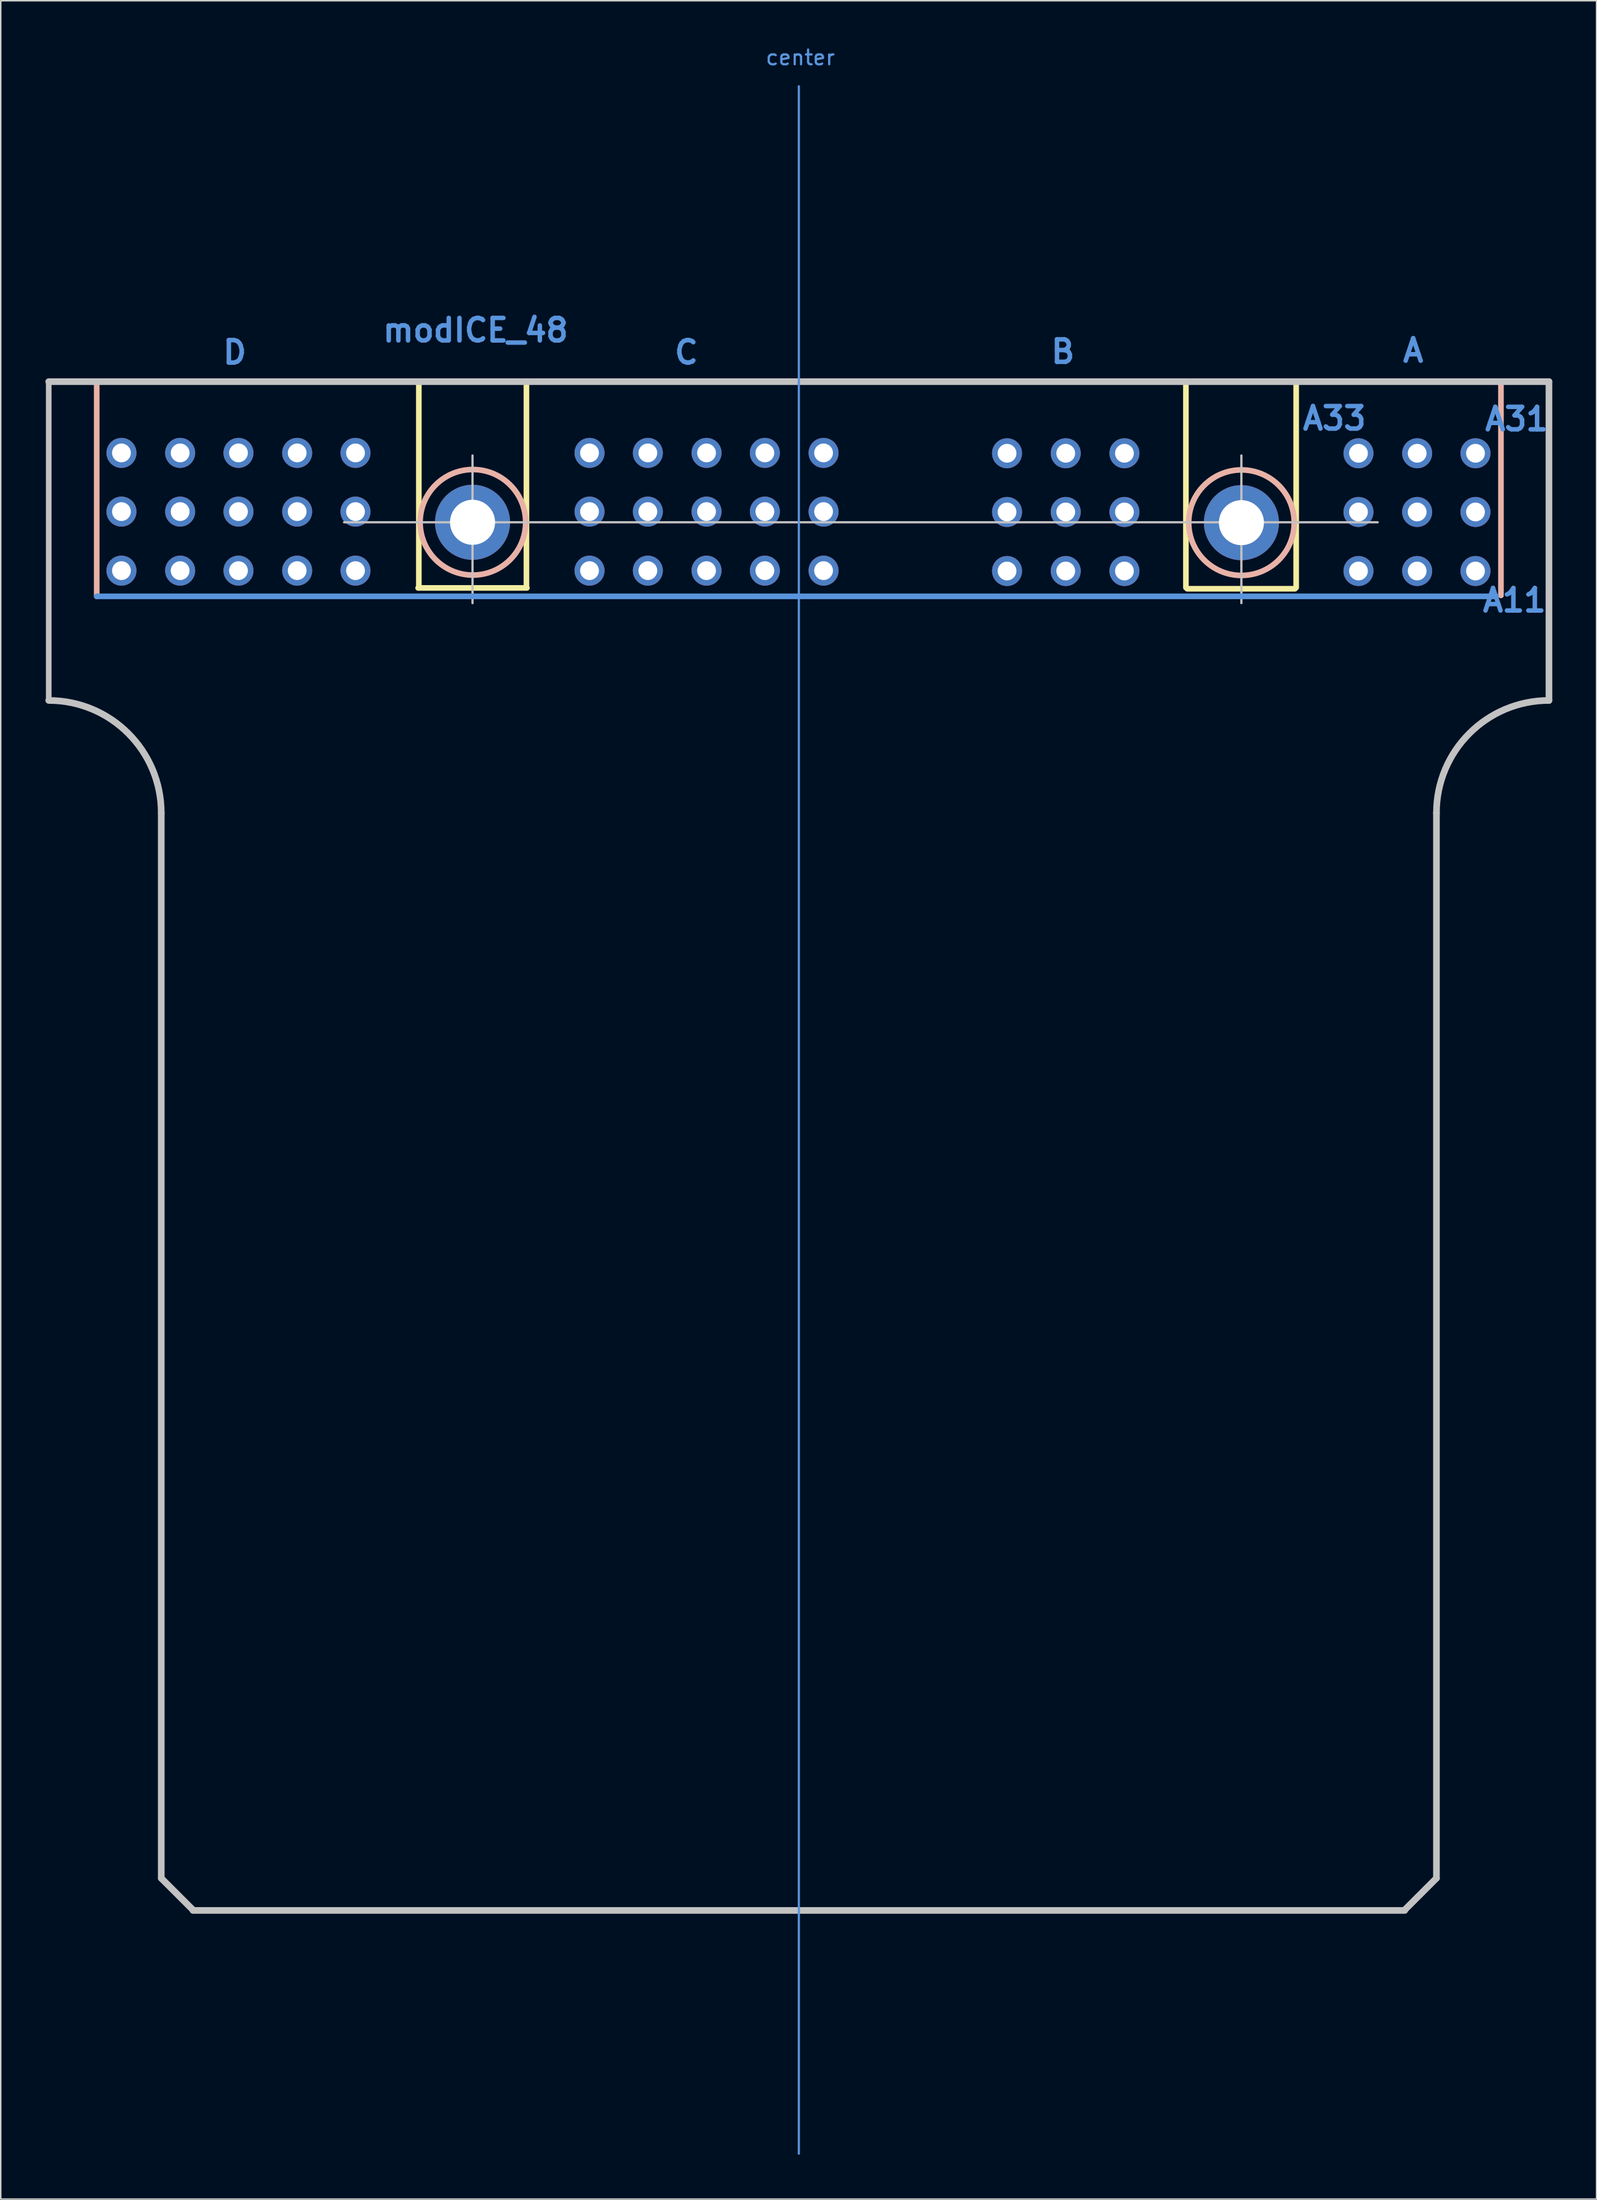
<source format=kicad_pcb>
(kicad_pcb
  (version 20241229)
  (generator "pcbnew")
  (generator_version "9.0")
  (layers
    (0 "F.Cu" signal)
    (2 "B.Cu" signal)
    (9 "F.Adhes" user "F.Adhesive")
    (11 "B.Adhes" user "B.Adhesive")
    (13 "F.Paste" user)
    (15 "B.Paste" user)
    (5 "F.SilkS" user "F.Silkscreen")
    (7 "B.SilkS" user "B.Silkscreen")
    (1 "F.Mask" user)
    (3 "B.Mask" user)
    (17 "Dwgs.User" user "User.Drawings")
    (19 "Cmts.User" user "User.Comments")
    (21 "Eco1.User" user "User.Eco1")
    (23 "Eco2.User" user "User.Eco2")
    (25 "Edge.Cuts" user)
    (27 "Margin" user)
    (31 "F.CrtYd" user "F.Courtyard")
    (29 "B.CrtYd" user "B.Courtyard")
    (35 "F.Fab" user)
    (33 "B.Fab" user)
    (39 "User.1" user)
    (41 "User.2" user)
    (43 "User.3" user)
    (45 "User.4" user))
  (footprint "modICE_48"
    (layer "F.Cu")
    (at 0.25 22.794)
    (property "Reference" "modICE_48" (at 28.905 -3.48 0) (layer "Cmts.User") (effects (font (size 1.524 1.524) (thickness 0.305))))
    (attr through_hole)
    (fp_line (start 25.016 13.97) (end 32.382 13.97) (stroke (width 0.381) (type solid)) (layer "F.SilkS"))
    (fp_line (start 25.065 0) (end 25.065 13.97) (stroke (width 0.381) (type solid)) (layer "F.SilkS"))
    (fp_line (start 32.352 13.96) (end 32.352 -0.01) (stroke (width 0.381) (type solid)) (layer "F.SilkS"))
    (fp_line (start 77.013 13.95) (end 77.013 0) (stroke (width 0.381) (type solid)) (layer "F.SilkS"))
    (fp_line (start 77.099 14.026) (end 84.399 14.026) (stroke (width 0.381) (type solid)) (layer "F.SilkS"))
    (fp_line (start 84.48 13.945) (end 84.48 0.02) (stroke (width 0.381) (type solid)) (layer "F.SilkS"))
    (fp_line (start 3.249 0) (end 3.249 14.54) (stroke (width 0.381) (type solid)) (layer "B.SilkS"))
    (fp_line (start 98.349 0.079) (end 98.349 14.478) (stroke (width 0.381) (type solid)) (layer "B.SilkS"))
    (fp_circle (center 28.725 9.525) (end 32.299 9.5) (stroke (width 0.381) (type solid)) (fill no) (layer "B.SilkS"))
    (fp_circle (center 80.775 9.55) (end 84.348 9.55) (stroke (width 0.381) (type solid)) (fill no) (layer "B.SilkS"))
    (fp_line (start 0 0) (end 0 21.59) (stroke (width 0.381) (type solid)) (layer "Dwgs.User"))
    (fp_line (start 0 0) (end 101.6 0) (stroke (width 0.45) (type solid)) (layer "Dwgs.User"))
    (fp_line (start 7.62 29.21) (end 7.62 101.346) (stroke (width 0.45) (type solid)) (layer "Dwgs.User"))
    (fp_line (start 7.62 101.346) (end 9.77 103.496) (stroke (width 0.45) (type solid)) (layer "Dwgs.User"))
    (fp_line (start 9.77 103.53) (end 91.83 103.53) (stroke (width 0.45) (type solid)) (layer "Dwgs.User"))
    (fp_line (start 20 9.525) (end 90 9.525) (stroke (width 0.15) (type solid)) (layer "Dwgs.User"))
    (fp_line (start 28.7 5) (end 28.7 15) (stroke (width 0.15) (type solid)) (layer "Dwgs.User"))
    (fp_line (start 80.77 5) (end 80.77 15) (stroke (width 0.15) (type solid)) (layer "Dwgs.User"))
    (fp_line (start 91.83 103.496) (end 93.98 101.346) (stroke (width 0.45) (type solid)) (layer "Dwgs.User"))
    (fp_line (start 93.98 29.21) (end 93.98 101.346) (stroke (width 0.45) (type solid)) (layer "Dwgs.User"))
    (fp_line (start 101.6 0) (end 101.6 21.59) (stroke (width 0.45) (type solid)) (layer "Dwgs.User"))
    (fp_arc (start 0 21.59) (mid 5.388154 23.821846) (end 7.62 29.21) (stroke (width 0.45) (type solid)) (layer "Dwgs.User"))
    (fp_arc (start 93.98 29.21) (mid 96.211846 23.821846) (end 101.6 21.59) (stroke (width 0.45) (type solid)) (layer "Dwgs.User"))
    (fp_line (start 3.251 14.54) (end 98.026 14.54) (stroke (width 0.381) (type solid)) (layer "Cmts.User"))
    (fp_line (start 50.8 -20) (end 50.8 120) (stroke (width 0.15) (type solid)) (layer "Cmts.User"))
    (fp_line (start 0 0) (end 0 16.51) (stroke (width 0.45) (type solid)) (layer "Margin"))
    (fp_line (start 0 0) (end 101.6 0) (stroke (width 0.45) (type solid)) (layer "Margin"))
    (fp_line (start 0 16.51) (end 12.07 16.51) (stroke (width 0.45) (type solid)) (layer "Margin"))
    (fp_line (start 12.07 16.51) (end 12.07 103.53) (stroke (width 0.45) (type solid)) (layer "Margin"))
    (fp_line (start 12.07 103.53) (end 89.53 103.53) (stroke (width 0.45) (type solid)) (layer "Margin"))
    (fp_line (start 89.53 16.51) (end 89.53 103.53) (stroke (width 0.45) (type solid)) (layer "Margin"))
    (fp_line (start 89.53 16.51) (end 101.6 16.51) (stroke (width 0.45) (type solid)) (layer "Margin"))
    (fp_line (start 101.6 0) (end 101.6 16.51) (stroke (width 0.45) (type solid)) (layer "Margin"))
    (fp_text user "C" (at 43.18 -1.981 0) (layer "Cmts.User") (effects (font (size 1.524 1.524) (thickness 0.305))))
    (fp_text user "A" (at 92.405 -2.108 0) (layer "Cmts.User") (effects (font (size 1.524 1.524) (thickness 0.305))))
    (fp_text user "A31" (at 99.416 2.54 0) (layer "Cmts.User") (effects (font (size 1.524 1.524) (thickness 0.305))))
    (fp_text user "A11" (at 99.263 14.808 0) (layer "Cmts.User") (effects (font (size 1.524 1.524) (thickness 0.305))))
    (fp_text user "center" (at 50.902 -21.946 0) (layer "Cmts.User") (effects (font (size 1 1) (thickness 0.15))))
    (fp_text user "B" (at 68.682 -2.032 0) (layer "Cmts.User") (effects (font (size 1.524 1.524) (thickness 0.305))))
    (fp_text user "D" (at 12.598 -1.981 0) (layer "Cmts.User") (effects (font (size 1.524 1.524) (thickness 0.305))))
    (fp_text user "A33" (at 87.071 2.489 0) (layer "Cmts.User") (effects (font (size 1.524 1.524) (thickness 0.305))))
    (pad "1" thru_hole circle (at 96.624 12.824) (size 2.032 2.032) (drill 1.27) (layers "*.Cu" "*.Mask"))
    (pad "2" thru_hole circle (at 92.674 12.824) (size 2.032 2.032) (drill 1.27) (layers "*.Cu" "*.Mask"))
    (pad "3" thru_hole circle (at 88.699 12.824) (size 2.032 2.032) (drill 1.27) (layers "*.Cu" "*.Mask"))
    (pad "4" thru_hole circle (at 72.85 12.824) (size 2.032 2.032) (drill 1.27) (layers "*.Cu" "*.Mask"))
    (pad "5" thru_hole circle (at 68.875 12.824) (size 2.032 2.032) (drill 1.27) (layers "*.Cu" "*.Mask"))
    (pad "6" thru_hole circle (at 64.9 12.824) (size 2.032 2.032) (drill 1.27) (layers "*.Cu" "*.Mask"))
    (pad "7" thru_hole circle (at 96.624 8.826) (size 2.032 2.032) (drill 1.27) (layers "*.Cu" "*.Mask"))
    (pad "8" thru_hole circle (at 92.674 8.826) (size 2.032 2.032) (drill 1.27) (layers "*.Cu" "*.Mask"))
    (pad "9" thru_hole circle (at 88.699 8.826) (size 2.032 2.032) (drill 1.27) (layers "*.Cu" "*.Mask"))
    (pad "10" thru_hole circle (at 72.85 8.826) (size 2.032 2.032) (drill 1.27) (layers "*.Cu" "*.Mask"))
    (pad "11" thru_hole circle (at 68.875 8.826) (size 2.032 2.032) (drill 1.27) (layers "*.Cu" "*.Mask"))
    (pad "12" thru_hole circle (at 64.9 8.826) (size 2.032 2.032) (drill 1.27) (layers "*.Cu" "*.Mask"))
    (pad "13" thru_hole circle (at 96.624 4.851) (size 2.032 2.032) (drill 1.27) (layers "*.Cu" "*.Mask"))
    (pad "14" thru_hole circle (at 92.674 4.851) (size 2.032 2.032) (drill 1.27) (layers "*.Cu" "*.Mask"))
    (pad "15" thru_hole circle (at 88.699 4.851) (size 2.032 2.032) (drill 1.27) (layers "*.Cu" "*.Mask"))
    (pad "16" thru_hole circle (at 72.85 4.851) (size 2.032 2.032) (drill 1.27) (layers "*.Cu" "*.Mask"))
    (pad "17" thru_hole circle (at 68.875 4.851) (size 2.032 2.032) (drill 1.27) (layers "*.Cu" "*.Mask"))
    (pad "18" thru_hole circle (at 64.9 4.851) (size 2.032 2.032) (drill 1.27) (layers "*.Cu" "*.Mask"))
    (pad "19" thru_hole circle (at 52.474 12.799) (size 2.032 2.032) (drill 1.27) (layers "*.Cu" "*.Mask"))
    (pad "20" thru_hole circle (at 48.499 12.799) (size 2.032 2.032) (drill 1.27) (layers "*.Cu" "*.Mask"))
    (pad "21" thru_hole circle (at 44.549 12.799) (size 2.032 2.032) (drill 1.27) (layers "*.Cu" "*.Mask"))
    (pad "22" thru_hole circle (at 40.574 12.799) (size 2.032 2.032) (drill 1.27) (layers "*.Cu" "*.Mask"))
    (pad "23" thru_hole circle (at 36.624 12.799) (size 2.032 2.032) (drill 1.27) (layers "*.Cu" "*.Mask"))
    (pad "24" thru_hole circle (at 20.775 12.799) (size 2.032 2.032) (drill 1.27) (layers "*.Cu" "*.Mask"))
    (pad "25" thru_hole circle (at 16.825 12.799) (size 2.032 2.032) (drill 1.27) (layers "*.Cu" "*.Mask"))
    (pad "26" thru_hole circle (at 12.85 12.799) (size 2.032 2.032) (drill 1.27) (layers "*.Cu" "*.Mask"))
    (pad "27" thru_hole circle (at 8.9 12.799) (size 2.032 2.032) (drill 1.27) (layers "*.Cu" "*.Mask"))
    (pad "28" thru_hole circle (at 4.925 12.799) (size 2.032 2.032) (drill 1.27) (layers "*.Cu" "*.Mask"))
    (pad "29" thru_hole circle (at 52.474 8.801) (size 2.032 2.032) (drill 1.27) (layers "*.Cu" "*.Mask"))
    (pad "30" thru_hole circle (at 48.499 8.801) (size 2.032 2.032) (drill 1.27) (layers "*.Cu" "*.Mask"))
    (pad "31" thru_hole circle (at 44.549 8.801) (size 2.032 2.032) (drill 1.27) (layers "*.Cu" "*.Mask"))
    (pad "32" thru_hole circle (at 40.574 8.801) (size 2.032 2.032) (drill 1.27) (layers "*.Cu" "*.Mask"))
    (pad "33" thru_hole circle (at 36.624 8.801) (size 2.032 2.032) (drill 1.27) (layers "*.Cu" "*.Mask"))
    (pad "34" thru_hole circle (at 20.775 8.801) (size 2.032 2.032) (drill 1.27) (layers "*.Cu" "*.Mask"))
    (pad "35" thru_hole circle (at 16.825 8.801) (size 2.032 2.032) (drill 1.27) (layers "*.Cu" "*.Mask"))
    (pad "36" thru_hole circle (at 12.85 8.801) (size 2.032 2.032) (drill 1.27) (layers "*.Cu" "*.Mask"))
    (pad "37" thru_hole circle (at 8.9 8.801) (size 2.032 2.032) (drill 1.27) (layers "*.Cu" "*.Mask"))
    (pad "38" thru_hole circle (at 4.925 8.801) (size 2.032 2.032) (drill 1.27) (layers "*.Cu" "*.Mask"))
    (pad "39" thru_hole circle (at 52.474 4.826) (size 2.032 2.032) (drill 1.27) (layers "*.Cu" "*.Mask"))
    (pad "40" thru_hole circle (at 48.499 4.826) (size 2.032 2.032) (drill 1.27) (layers "*.Cu" "*.Mask"))
    (pad "41" thru_hole circle (at 44.549 4.826) (size 2.032 2.032) (drill 1.27) (layers "*.Cu" "*.Mask"))
    (pad "42" thru_hole circle (at 40.574 4.826) (size 2.032 2.032) (drill 1.27) (layers "*.Cu" "*.Mask"))
    (pad "43" thru_hole circle (at 36.624 4.826) (size 2.032 2.032) (drill 1.27) (layers "*.Cu" "*.Mask"))
    (pad "44" thru_hole circle (at 20.775 4.826) (size 2.032 2.032) (drill 1.27) (layers "*.Cu" "*.Mask"))
    (pad "45" thru_hole circle (at 16.825 4.826) (size 2.032 2.032) (drill 1.27) (layers "*.Cu" "*.Mask"))
    (pad "46" thru_hole circle (at 12.85 4.826) (size 2.032 2.032) (drill 1.27) (layers "*.Cu" "*.Mask"))
    (pad "47" thru_hole circle (at 8.9 4.826) (size 2.032 2.032) (drill 1.27) (layers "*.Cu" "*.Mask"))
    (pad "48" thru_hole circle (at 4.925 4.826) (size 2.032 2.032) (drill 1.27) (layers "*.Cu" "*.Mask"))
    (pad "AB0" thru_hole circle (at 80.772 9.55) (size 5.08 5.08) (drill 3.05) (layers "*.Cu" "*.Mask"))
    (pad "CD0" thru_hole circle (at 28.702 9.525) (size 5.08 5.08) (drill 3.05) (layers "*.Cu" "*.Mask")))
  (gr_rect
    (start -3 -3)
    (end 105.075 145.869)
    (stroke (width 0.1) (type default))
    (fill no)
    (layer "Edge.Cuts")))
</source>
